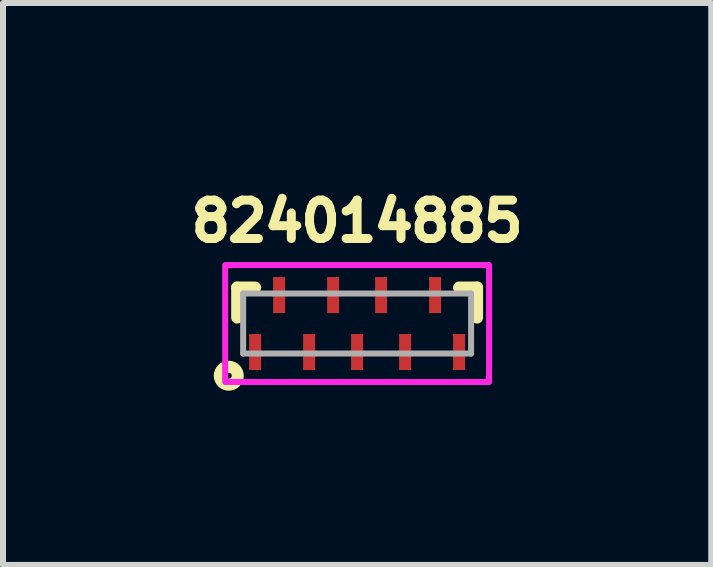
<source format=kicad_pcb>
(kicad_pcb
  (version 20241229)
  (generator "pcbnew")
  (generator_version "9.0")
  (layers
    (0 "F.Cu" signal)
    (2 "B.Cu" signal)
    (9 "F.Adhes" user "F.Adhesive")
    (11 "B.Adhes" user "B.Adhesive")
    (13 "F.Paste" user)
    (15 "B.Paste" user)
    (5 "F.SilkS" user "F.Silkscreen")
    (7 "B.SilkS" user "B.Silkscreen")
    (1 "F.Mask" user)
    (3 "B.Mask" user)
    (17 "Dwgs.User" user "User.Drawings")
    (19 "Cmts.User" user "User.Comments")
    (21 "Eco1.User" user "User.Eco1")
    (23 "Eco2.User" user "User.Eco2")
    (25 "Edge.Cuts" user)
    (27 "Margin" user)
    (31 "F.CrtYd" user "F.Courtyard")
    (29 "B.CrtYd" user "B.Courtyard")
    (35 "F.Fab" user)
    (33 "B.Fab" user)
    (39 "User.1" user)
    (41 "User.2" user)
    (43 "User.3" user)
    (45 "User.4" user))
  (footprint "824014885"
    (layer "F.Cu")
    (at 2.904 2.344)
    (property "Reference" "824014885" (at 0 -1.706 0) (layer "F.SilkS") (effects (font (size 0.64 0.64) (thickness 0.15))))
    (attr smd)
    (fp_line (start -2 -0.6) (end -2 -0.1) (stroke (width 0.2) (type solid)) (layer "F.SilkS"))
    (fp_line (start -1.7 -0.6) (end -2 -0.6) (stroke (width 0.2) (type solid)) (layer "F.SilkS"))
    (fp_line (start 1.7 -0.6) (end 2 -0.6) (stroke (width 0.2) (type solid)) (layer "F.SilkS"))
    (fp_line (start 2 -0.6) (end 2 -0.1) (stroke (width 0.2) (type solid)) (layer "F.SilkS"))
    (fp_circle (center -2.14 0.87) (end -2.09 0.87) (stroke (width 0.2) (type solid)) (fill no) (layer "F.SilkS"))
    (fp_poly (pts (xy -2.2 -0.975) (xy 2.2 -0.975) (xy 2.2 0.975) (xy -2.2 0.975)) (stroke (width 0.1) (type solid)) (fill no) (layer "F.CrtYd"))
    (fp_line (start -1.9 -0.5) (end 1.9 -0.5) (stroke (width 0.1) (type solid)) (layer "F.Fab"))
    (fp_line (start -1.9 0.5) (end -1.9 -0.5) (stroke (width 0.1) (type solid)) (layer "F.Fab"))
    (fp_line (start 1.9 -0.5) (end 1.9 0.5) (stroke (width 0.1) (type solid)) (layer "F.Fab"))
    (fp_line (start 1.9 0.5) (end -1.9 0.5) (stroke (width 0.1) (type solid)) (layer "F.Fab"))
    (pad "1" smd rect (at -1.7 0.475) (size 0.2 0.6) (layers "F.Cu" "F.Mask" "F.Paste"))
    (pad "2" smd rect (at -0.8 0.475) (size 0.2 0.6) (layers "F.Cu" "F.Mask" "F.Paste"))
    (pad "3" smd rect (at 0 0.475) (size 0.2 0.6) (layers "F.Cu" "F.Mask" "F.Paste"))
    (pad "4" smd rect (at 0.8 0.475) (size 0.2 0.6) (layers "F.Cu" "F.Mask" "F.Paste"))
    (pad "5" smd rect (at 1.7 0.475) (size 0.2 0.6) (layers "F.Cu" "F.Mask" "F.Paste"))
    (pad "6" smd rect (at 1.3 -0.475) (size 0.2 0.6) (layers "F.Cu" "F.Mask" "F.Paste"))
    (pad "7" smd rect (at 0.4 -0.475) (size 0.2 0.6) (layers "F.Cu" "F.Mask" "F.Paste"))
    (pad "8" smd rect (at -0.4 -0.475) (size 0.2 0.6) (layers "F.Cu" "F.Mask" "F.Paste"))
    (pad "9" smd rect (at -1.3 -0.475) (size 0.2 0.6) (layers "F.Cu" "F.Mask" "F.Paste")))
  (gr_rect
    (start -3 -3)
    (end 8.808 6.369)
    (stroke (width 0.1) (type default))
    (fill no)
    (layer "Edge.Cuts")))
</source>
